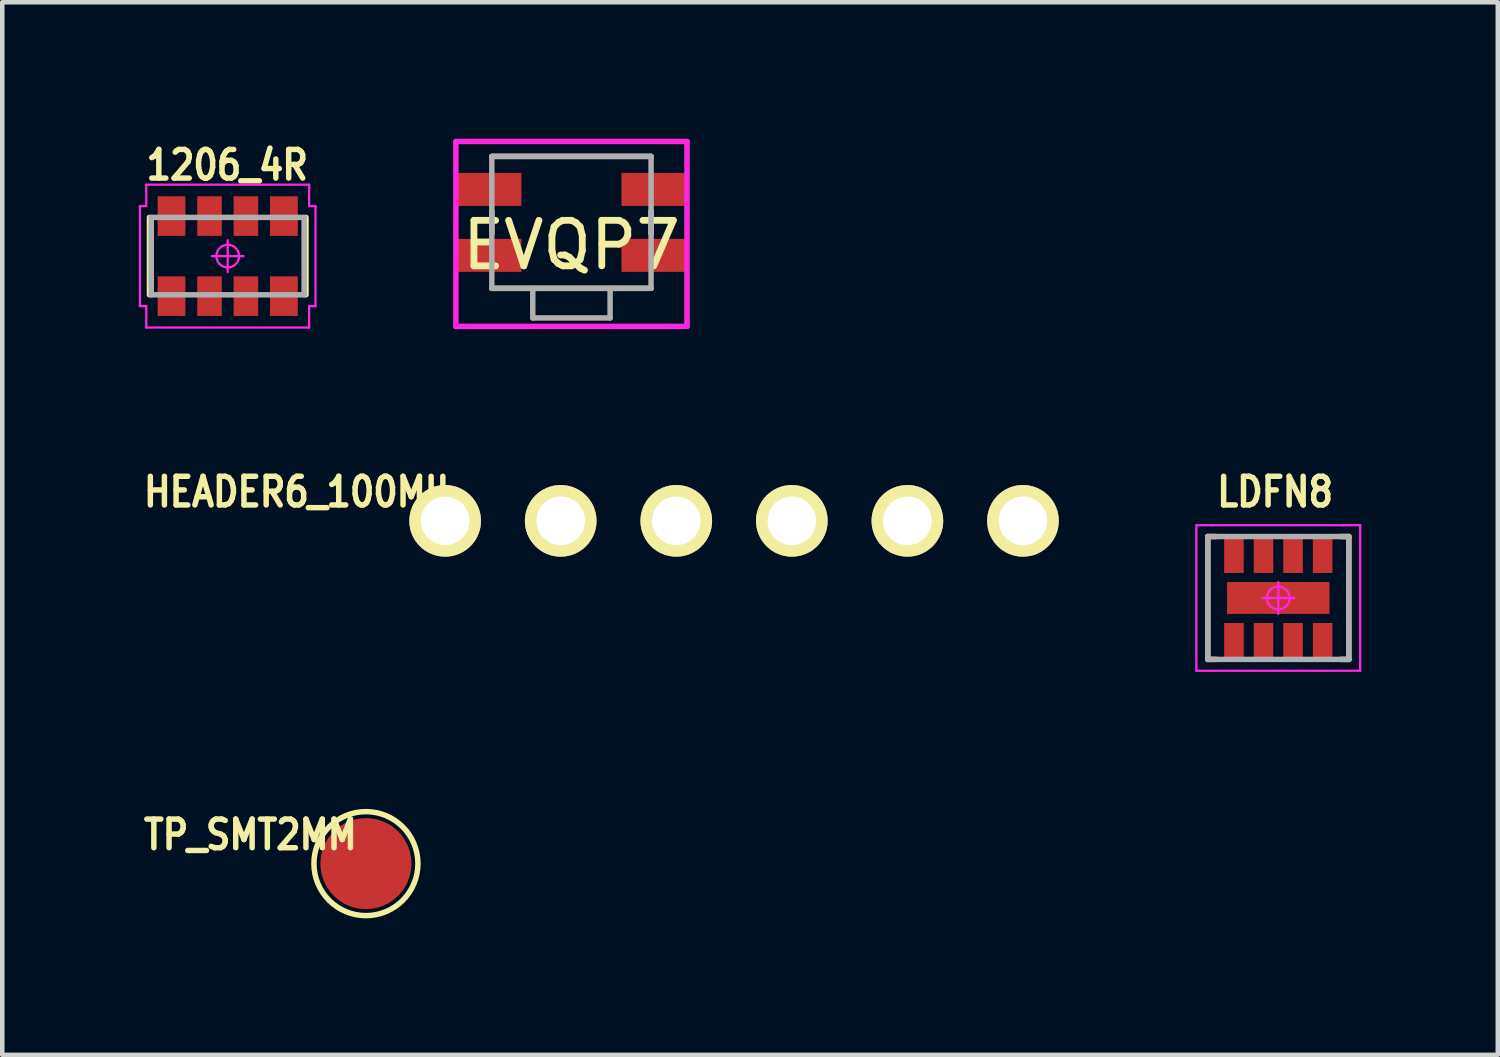
<source format=kicad_pcb>
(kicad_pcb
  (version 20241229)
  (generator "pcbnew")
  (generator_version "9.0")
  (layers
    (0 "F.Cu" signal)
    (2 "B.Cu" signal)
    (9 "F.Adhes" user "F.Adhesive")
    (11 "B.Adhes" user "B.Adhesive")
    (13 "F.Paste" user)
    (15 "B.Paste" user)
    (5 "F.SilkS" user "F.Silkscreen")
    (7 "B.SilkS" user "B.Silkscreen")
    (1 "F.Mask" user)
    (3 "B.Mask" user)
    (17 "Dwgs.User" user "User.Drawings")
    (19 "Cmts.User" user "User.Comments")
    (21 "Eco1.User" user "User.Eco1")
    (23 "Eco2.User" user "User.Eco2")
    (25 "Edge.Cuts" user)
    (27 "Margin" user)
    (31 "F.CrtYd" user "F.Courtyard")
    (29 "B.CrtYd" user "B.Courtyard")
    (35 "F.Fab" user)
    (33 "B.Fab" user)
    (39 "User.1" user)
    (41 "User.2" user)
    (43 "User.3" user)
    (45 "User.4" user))
  (footprint "1206_4R"
    (layer "F.Cu")
    (at 1.955 2.579)
    (property "Reference" "1206_4R" (at -0.01 -2 0) (layer "F.SilkS") (effects (font (size 0.63 0.54) (thickness 0.12))))
    (attr smd)
    (fp_line (start -1.72 0.85) (end -1.72 -0.85) (stroke (width 0.12) (type solid)) (layer "F.SilkS"))
    (fp_line (start 1.72 0.85) (end 1.72 -0.85) (stroke (width 0.12) (type solid)) (layer "F.SilkS"))
    (fp_line (start -1.93 -1.1) (end -1.93 1.1) (stroke (width 0.05) (type solid)) (layer "F.CrtYd"))
    (fp_line (start -1.93 1.1) (end -1.79 1.1) (stroke (width 0.05) (type solid)) (layer "F.CrtYd"))
    (fp_line (start -1.79 -1.57) (end -1.79 -1.1) (stroke (width 0.05) (type solid)) (layer "F.CrtYd"))
    (fp_line (start -1.79 -1.1) (end -1.93 -1.1) (stroke (width 0.05) (type solid)) (layer "F.CrtYd"))
    (fp_line (start -1.79 1.1) (end -1.79 1.57) (stroke (width 0.05) (type solid)) (layer "F.CrtYd"))
    (fp_line (start -1.79 1.57) (end 1.79 1.57) (stroke (width 0.05) (type solid)) (layer "F.CrtYd"))
    (fp_line (start -0.35 0) (end 0.35 0) (stroke (width 0.05) (type solid)) (layer "F.CrtYd"))
    (fp_line (start 0 -0.35) (end 0 0.35) (stroke (width 0.05) (type solid)) (layer "F.CrtYd"))
    (fp_line (start 1.79 -1.57) (end -1.79 -1.57) (stroke (width 0.05) (type solid)) (layer "F.CrtYd"))
    (fp_line (start 1.79 -1.1) (end 1.79 -1.57) (stroke (width 0.05) (type solid)) (layer "F.CrtYd"))
    (fp_line (start 1.79 1.1) (end 1.93 1.1) (stroke (width 0.05) (type solid)) (layer "F.CrtYd"))
    (fp_line (start 1.79 1.57) (end 1.79 1.1) (stroke (width 0.05) (type solid)) (layer "F.CrtYd"))
    (fp_line (start 1.93 -1.1) (end 1.79 -1.1) (stroke (width 0.05) (type solid)) (layer "F.CrtYd"))
    (fp_line (start 1.93 1.1) (end 1.93 -1.1) (stroke (width 0.05) (type solid)) (layer "F.CrtYd"))
    (fp_circle (center 0 0) (end 0 0.25) (stroke (width 0.05) (type solid)) (fill no) (layer "F.CrtYd"))
    (fp_line (start -1.68 -0.85) (end 1.68 -0.85) (stroke (width 0.12) (type solid)) (layer "F.Fab"))
    (fp_line (start -1.68 0.85) (end -1.68 -0.85) (stroke (width 0.12) (type solid)) (layer "F.Fab"))
    (fp_line (start 1.68 -0.85) (end 1.68 0.85) (stroke (width 0.12) (type solid)) (layer "F.Fab"))
    (fp_line (start 1.68 0.85) (end -1.68 0.85) (stroke (width 0.12) (type solid)) (layer "F.Fab"))
    (pad "1" smd rect (at -1.235 0.88 90) (size 0.87 0.61) (layers "F.Cu" "F.Mask" "F.Paste"))
    (pad "2" smd rect (at -0.4 0.88 90) (size 0.87 0.54) (layers "F.Cu" "F.Mask" "F.Paste"))
    (pad "3" smd rect (at 0.4 0.88 90) (size 0.87 0.54) (layers "F.Cu" "F.Mask" "F.Paste"))
    (pad "4" smd rect (at 1.235 0.88 90) (size 0.87 0.61) (layers "F.Cu" "F.Mask" "F.Paste"))
    (pad "5" smd rect (at 1.235 -0.88 90) (size 0.87 0.61) (layers "F.Cu" "F.Mask" "F.Paste"))
    (pad "6" smd rect (at 0.4 -0.88 90) (size 0.87 0.54) (layers "F.Cu" "F.Mask" "F.Paste"))
    (pad "7" smd rect (at -0.4 -0.88 90) (size 0.87 0.54) (layers "F.Cu" "F.Mask" "F.Paste"))
    (pad "8" smd rect (at -1.235 -0.88 90) (size 0.87 0.61) (layers "F.Cu" "F.Mask" "F.Paste")))
  (footprint "TP_SMT2MM"
    (layer "F.Cu")
    (at 4.993 15.932)
    (property "Reference" "TP_SMT2MM" (at -2.54 -0.635 0) (layer "F.SilkS") (effects (font (size 0.63 0.54) (thickness 0.12))))
    (attr exclude_from_pos_files exclude_from_bom)
    (fp_circle (center 0 0) (end 1.143 0) (stroke (width 0.12) (type solid)) (fill no) (layer "F.SilkS"))
    (pad "1" smd circle (at 0 0) (size 2 2) (layers "F.Cu" "F.Mask")))
  (footprint "EVQP7"
    (layer "F.Cu")
    (at 9.51 1.838)
    (property "Reference" "EVQP7" (at 0 0.5 0) (layer "F.SilkS") (effects (font (size 1 1) (thickness 0.15))))
    (attr through_hole)
    (fp_line (start -1.75 -1.45) (end 1.75 -1.45) (stroke (width 0.12) (type solid)) (layer "F.SilkS"))
    (fp_line (start -1.75 -0.25) (end -1.75 0.25) (stroke (width 0.12) (type solid)) (layer "F.SilkS"))
    (fp_line (start -1.75 1.45) (end 1.75 1.45) (stroke (width 0.12) (type solid)) (layer "F.SilkS"))
    (fp_line (start 1.75 -0.25) (end 1.75 0.25) (stroke (width 0.12) (type solid)) (layer "F.SilkS"))
    (fp_line (start -2.54 -1.778) (end -2.54 2.286) (stroke (width 0.12) (type solid)) (layer "F.CrtYd"))
    (fp_line (start -2.54 2.286) (end 2.54 2.286) (stroke (width 0.12) (type solid)) (layer "F.CrtYd"))
    (fp_line (start 2.54 -1.778) (end -2.54 -1.778) (stroke (width 0.12) (type solid)) (layer "F.CrtYd"))
    (fp_line (start 2.54 2.286) (end 2.54 -1.778) (stroke (width 0.12) (type solid)) (layer "F.CrtYd"))
    (fp_line (start -1.75 -1.45) (end -1.75 1.45) (stroke (width 0.12) (type solid)) (layer "F.Fab"))
    (fp_line (start -1.75 1.45) (end 1.75 1.45) (stroke (width 0.12) (type solid)) (layer "F.Fab"))
    (fp_line (start -0.85 1.45) (end -0.85 2.1) (stroke (width 0.12) (type solid)) (layer "F.Fab"))
    (fp_line (start -0.85 2.1) (end 0.85 2.1) (stroke (width 0.12) (type solid)) (layer "F.Fab"))
    (fp_line (start 0.85 1.45) (end 0.85 2.1) (stroke (width 0.12) (type solid)) (layer "F.Fab"))
    (fp_line (start 1.75 -1.45) (end -1.75 -1.45) (stroke (width 0.12) (type solid)) (layer "F.Fab"))
    (fp_line (start 1.75 1.45) (end 1.75 -1.45) (stroke (width 0.12) (type solid)) (layer "F.Fab"))
    (pad "1" smd rect (at -1.8 -0.725) (size 1.4 0.725) (layers "F.Cu" "F.Mask" "F.Paste"))
    (pad "1" smd rect (at 1.8 -0.725) (size 1.4 0.725) (layers "F.Cu" "F.Mask" "F.Paste"))
    (pad "2" smd rect (at -1.8 0.725) (size 1.4 0.725) (layers "F.Cu" "F.Mask" "F.Paste"))
    (pad "2" smd rect (at 1.8 0.725) (size 1.4 0.725) (layers "F.Cu" "F.Mask" "F.Paste")))
  (footprint "HEADER6_100MIL"
    (layer "F.Cu")
    (at 6.734 8.398)
    (property "Reference" "HEADER6_100MIL" (at -3.175 -0.635 0) (layer "F.SilkS") (effects (font (size 0.63 0.54) (thickness 0.12))))
    (attr through_hole)
    (pad "1" thru_hole circle (at 0 0) (size 1.575 1.575) (drill 1.067) (layers "*.Cu" "*.Mask" "F.SilkS"))
    (pad "2" thru_hole circle (at 2.54 0) (size 1.575 1.575) (drill 1.067) (layers "*.Cu" "*.Mask" "F.SilkS"))
    (pad "3" thru_hole circle (at 5.08 0) (size 1.575 1.575) (drill 1.067) (layers "*.Cu" "*.Mask" "F.SilkS"))
    (pad "4" thru_hole circle (at 7.62 0) (size 1.575 1.575) (drill 1.067) (layers "*.Cu" "*.Mask" "F.SilkS"))
    (pad "5" thru_hole circle (at 10.16 0) (size 1.575 1.575) (drill 1.067) (layers "*.Cu" "*.Mask" "F.SilkS"))
    (pad "6" thru_hole circle (at 12.7 0) (size 1.575 1.575) (drill 1.067) (layers "*.Cu" "*.Mask" "F.SilkS")))
  (footprint "LDFN8"
    (layer "F.Cu")
    (at 25.046 10.093)
    (property "Reference" "LDFN8" (at -0.07 -2.33 0) (layer "F.SilkS") (effects (font (size 0.63 0.54) (thickness 0.12))))
    (attr smd)
    (fp_line (start -1.55 -1.35) (end -1.37 -1.35) (stroke (width 0.12) (type solid)) (layer "F.SilkS"))
    (fp_line (start -1.55 1.35) (end -1.55 -1.35) (stroke (width 0.12) (type solid)) (layer "F.SilkS"))
    (fp_line (start -1.37 1.35) (end -1.55 1.35) (stroke (width 0.12) (type solid)) (layer "F.SilkS"))
    (fp_line (start 1.37 1.35) (end 1.55 1.35) (stroke (width 0.12) (type solid)) (layer "F.SilkS"))
    (fp_line (start 1.55 -1.35) (end 1.37 -1.35) (stroke (width 0.12) (type solid)) (layer "F.SilkS"))
    (fp_line (start 1.55 1.35) (end 1.55 -1.35) (stroke (width 0.12) (type solid)) (layer "F.SilkS"))
    (fp_line (start -1.8 -1.6) (end -1.8 1.6) (stroke (width 0.05) (type solid)) (layer "F.CrtYd"))
    (fp_line (start -1.8 1.6) (end 1.8 1.6) (stroke (width 0.05) (type solid)) (layer "F.CrtYd"))
    (fp_line (start -1.44 -1.6) (end -1.8 -1.6) (stroke (width 0.05) (type solid)) (layer "F.CrtYd"))
    (fp_line (start -1.44 -1.6) (end -1.44 -1.6) (stroke (width 0.05) (type solid)) (layer "F.CrtYd"))
    (fp_line (start -0.35 0) (end 0.35 0) (stroke (width 0.05) (type solid)) (layer "F.CrtYd"))
    (fp_line (start 0 -0.35) (end 0 0.35) (stroke (width 0.05) (type solid)) (layer "F.CrtYd"))
    (fp_line (start 1.44 -1.6) (end -1.44 -1.6) (stroke (width 0.05) (type solid)) (layer "F.CrtYd"))
    (fp_line (start 1.44 -1.6) (end 1.44 -1.6) (stroke (width 0.05) (type solid)) (layer "F.CrtYd"))
    (fp_line (start 1.8 -1.6) (end 1.44 -1.6) (stroke (width 0.05) (type solid)) (layer "F.CrtYd"))
    (fp_line (start 1.8 1.6) (end 1.8 -1.6) (stroke (width 0.05) (type solid)) (layer "F.CrtYd"))
    (fp_line (start 1.8 1.6) (end 1.8 1.6) (stroke (width 0.05) (type solid)) (layer "F.CrtYd"))
    (fp_circle (center 0 0) (end 0 0.25) (stroke (width 0.05) (type solid)) (fill no) (layer "F.CrtYd"))
    (fp_line (start -1.55 -1.35) (end 1.55 -1.35) (stroke (width 0.12) (type solid)) (layer "F.Fab"))
    (fp_line (start -1.55 1.35) (end -1.55 -1.35) (stroke (width 0.12) (type solid)) (layer "F.Fab"))
    (fp_line (start 1.55 -1.35) (end 1.55 1.35) (stroke (width 0.12) (type solid)) (layer "F.Fab"))
    (fp_line (start 1.55 1.35) (end -1.55 1.35) (stroke (width 0.12) (type solid)) (layer "F.Fab"))
    (pad "1" smd rect (at -0.975 0.93 90) (size 0.76 0.43) (layers "F.Cu" "F.Mask" "F.Paste"))
    (pad "2" smd rect (at -0.325 0.93 90) (size 0.76 0.43) (layers "F.Cu" "F.Mask" "F.Paste"))
    (pad "3" smd rect (at 0.325 0.93 90) (size 0.76 0.43) (layers "F.Cu" "F.Mask" "F.Paste"))
    (pad "4" smd rect (at 0.975 0.93 90) (size 0.76 0.43) (layers "F.Cu" "F.Mask" "F.Paste"))
    (pad "5" smd rect (at 0.975 -0.93 90) (size 0.76 0.43) (layers "F.Cu" "F.Mask" "F.Paste"))
    (pad "6" smd rect (at 0.325 -0.93 90) (size 0.76 0.43) (layers "F.Cu" "F.Mask" "F.Paste"))
    (pad "7" smd rect (at -0.325 -0.93 90) (size 0.76 0.43) (layers "F.Cu" "F.Mask" "F.Paste"))
    (pad "8" smd rect (at -0.975 -0.93 90) (size 0.76 0.43) (layers "F.Cu" "F.Mask" "F.Paste"))
    (pad "9" smd rect (at 0 0 90) (size 0.7 2.25) (layers "F.Cu" "F.Mask" "F.Paste")))
  (gr_rect
    (start -3 -3)
    (end 29.871 20.135)
    (stroke (width 0.1) (type default))
    (fill no)
    (layer "Edge.Cuts")))
</source>
